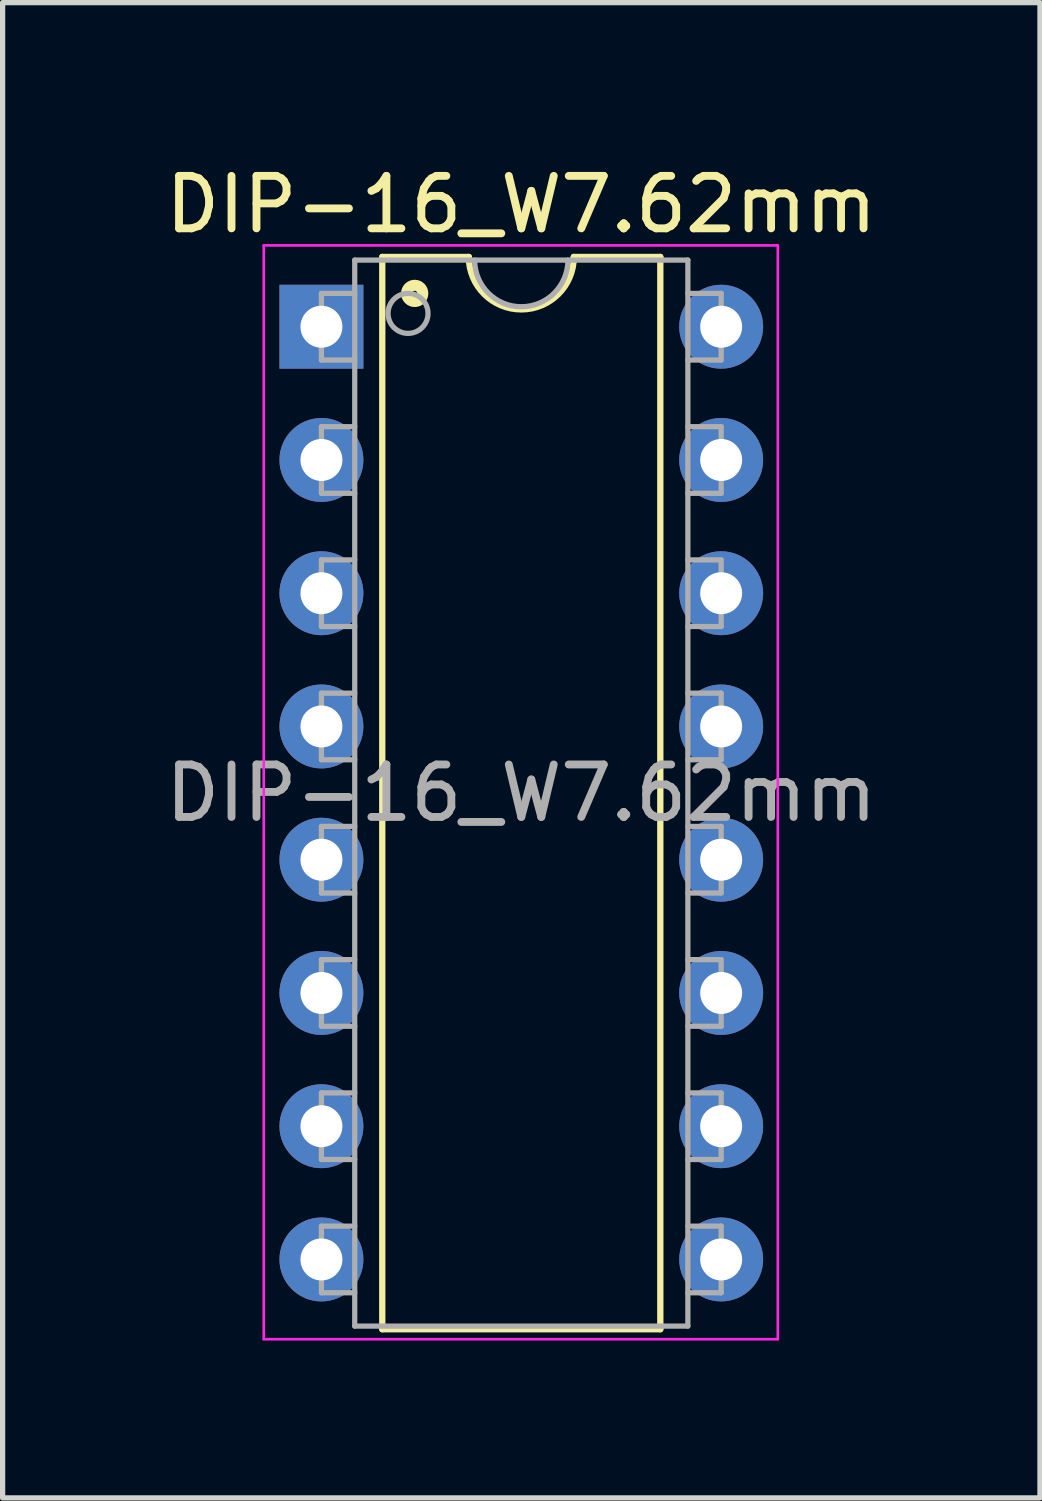
<source format=kicad_pcb>
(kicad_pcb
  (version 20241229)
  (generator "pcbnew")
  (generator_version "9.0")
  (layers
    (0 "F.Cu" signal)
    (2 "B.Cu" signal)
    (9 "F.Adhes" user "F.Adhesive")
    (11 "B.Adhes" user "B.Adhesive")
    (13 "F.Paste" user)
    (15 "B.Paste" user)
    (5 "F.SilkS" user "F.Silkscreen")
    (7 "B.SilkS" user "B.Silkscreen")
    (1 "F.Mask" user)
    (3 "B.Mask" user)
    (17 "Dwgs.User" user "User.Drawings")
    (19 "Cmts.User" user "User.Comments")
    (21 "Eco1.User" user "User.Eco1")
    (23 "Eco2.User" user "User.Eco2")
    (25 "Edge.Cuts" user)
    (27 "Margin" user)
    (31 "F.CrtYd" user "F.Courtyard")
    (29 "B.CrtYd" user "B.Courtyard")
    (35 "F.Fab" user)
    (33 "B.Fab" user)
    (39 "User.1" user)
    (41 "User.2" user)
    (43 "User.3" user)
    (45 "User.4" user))
  (footprint "DIP-16_W7.62mm"
    (layer "F.Cu")
    (at 3.077 3.178)
    (property "Reference" "DIP-16_W7.62mm" (at 3.81 -2.33 0) (layer "F.SilkS") (effects (font (size 1 1) (thickness 0.15))))
    (attr through_hole)
    (fp_line (start 1.16 -1.33) (end 1.16 19.11) (stroke (width 0.12) (type solid)) (layer "F.SilkS"))
    (fp_line (start 1.16 19.11) (end 6.46 19.11) (stroke (width 0.12) (type solid)) (layer "F.SilkS"))
    (fp_line (start 2.81 -1.33) (end 1.16 -1.33) (stroke (width 0.12) (type solid)) (layer "F.SilkS"))
    (fp_line (start 6.46 -1.33) (end 4.81 -1.33) (stroke (width 0.12) (type solid)) (layer "F.SilkS"))
    (fp_line (start 6.46 19.11) (end 6.46 -1.33) (stroke (width 0.12) (type solid)) (layer "F.SilkS"))
    (fp_arc (start 4.81 -1.33) (mid 3.81 -0.33) (end 2.81 -1.33) (stroke (width 0.12) (type solid)) (layer "F.SilkS"))
    (fp_circle (center 1.778 -0.635) (end 1.828 -0.635) (stroke (width 0.12) (type solid)) (fill no) (layer "F.SilkS"))
    (fp_circle (center 1.778 -0.635) (end 1.903 -0.635) (stroke (width 0.12) (type solid)) (fill no) (layer "F.SilkS"))
    (fp_circle (center 1.778 -0.635) (end 1.978 -0.635) (stroke (width 0.12) (type solid)) (fill no) (layer "F.SilkS"))
    (fp_line (start -1.1 -1.55) (end -1.1 19.3) (stroke (width 0.05) (type solid)) (layer "F.CrtYd"))
    (fp_line (start -1.1 19.3) (end 8.7 19.3) (stroke (width 0.05) (type solid)) (layer "F.CrtYd"))
    (fp_line (start 8.7 -1.55) (end -1.1 -1.55) (stroke (width 0.05) (type solid)) (layer "F.CrtYd"))
    (fp_line (start 8.7 19.3) (end 8.7 -1.55) (stroke (width 0.05) (type solid)) (layer "F.CrtYd"))
    (fp_line (start 0 -0.635) (end 0 0.635) (stroke (width 0.1) (type solid)) (layer "F.Fab"))
    (fp_line (start 0 -0.635) (end 0.635 -0.635) (stroke (width 0.1) (type solid)) (layer "F.Fab"))
    (fp_line (start 0 0.635) (end 0.635 0.635) (stroke (width 0.1) (type solid)) (layer "F.Fab"))
    (fp_line (start 0 1.905) (end 0 3.175) (stroke (width 0.1) (type solid)) (layer "F.Fab"))
    (fp_line (start 0 1.905) (end 0.635 1.905) (stroke (width 0.1) (type solid)) (layer "F.Fab"))
    (fp_line (start 0 3.175) (end 0.635 3.175) (stroke (width 0.1) (type solid)) (layer "F.Fab"))
    (fp_line (start 0 4.445) (end 0 5.715) (stroke (width 0.1) (type solid)) (layer "F.Fab"))
    (fp_line (start 0 4.445) (end 0.635 4.445) (stroke (width 0.1) (type solid)) (layer "F.Fab"))
    (fp_line (start 0 5.715) (end 0.635 5.715) (stroke (width 0.1) (type solid)) (layer "F.Fab"))
    (fp_line (start 0 6.985) (end 0 8.255) (stroke (width 0.1) (type solid)) (layer "F.Fab"))
    (fp_line (start 0 6.985) (end 0.635 6.985) (stroke (width 0.1) (type solid)) (layer "F.Fab"))
    (fp_line (start 0 8.255) (end 0.635 8.255) (stroke (width 0.1) (type solid)) (layer "F.Fab"))
    (fp_line (start 0 9.525) (end 0 10.795) (stroke (width 0.1) (type solid)) (layer "F.Fab"))
    (fp_line (start 0 9.525) (end 0.635 9.525) (stroke (width 0.1) (type solid)) (layer "F.Fab"))
    (fp_line (start 0 10.795) (end 0.635 10.795) (stroke (width 0.1) (type solid)) (layer "F.Fab"))
    (fp_line (start 0 12.065) (end 0 13.335) (stroke (width 0.1) (type solid)) (layer "F.Fab"))
    (fp_line (start 0 12.065) (end 0.635 12.065) (stroke (width 0.1) (type solid)) (layer "F.Fab"))
    (fp_line (start 0 13.335) (end 0.635 13.335) (stroke (width 0.1) (type solid)) (layer "F.Fab"))
    (fp_line (start 0 14.605) (end 0 15.875) (stroke (width 0.1) (type solid)) (layer "F.Fab"))
    (fp_line (start 0 14.605) (end 0.635 14.605) (stroke (width 0.1) (type solid)) (layer "F.Fab"))
    (fp_line (start 0 15.875) (end 0.635 15.875) (stroke (width 0.1) (type solid)) (layer "F.Fab"))
    (fp_line (start 0 17.145) (end 0 18.415) (stroke (width 0.1) (type solid)) (layer "F.Fab"))
    (fp_line (start 0 17.145) (end 0.635 17.145) (stroke (width 0.1) (type solid)) (layer "F.Fab"))
    (fp_line (start 0 18.415) (end 0.635 18.415) (stroke (width 0.1) (type solid)) (layer "F.Fab"))
    (fp_line (start 0.635 -1.27) (end 6.985 -1.27) (stroke (width 0.1) (type solid)) (layer "F.Fab"))
    (fp_line (start 0.635 19.05) (end 0.635 -1.27) (stroke (width 0.1) (type solid)) (layer "F.Fab"))
    (fp_line (start 6.985 -1.27) (end 6.985 19.05) (stroke (width 0.1) (type solid)) (layer "F.Fab"))
    (fp_line (start 6.985 19.05) (end 0.635 19.05) (stroke (width 0.1) (type solid)) (layer "F.Fab"))
    (fp_line (start 7.62 -0.635) (end 6.985 -0.635) (stroke (width 0.1) (type solid)) (layer "F.Fab"))
    (fp_line (start 7.62 0.635) (end 6.985 0.635) (stroke (width 0.1) (type solid)) (layer "F.Fab"))
    (fp_line (start 7.62 0.635) (end 7.62 -0.635) (stroke (width 0.1) (type solid)) (layer "F.Fab"))
    (fp_line (start 7.62 1.905) (end 6.985 1.905) (stroke (width 0.1) (type solid)) (layer "F.Fab"))
    (fp_line (start 7.62 3.175) (end 6.985 3.175) (stroke (width 0.1) (type solid)) (layer "F.Fab"))
    (fp_line (start 7.62 3.175) (end 7.62 1.905) (stroke (width 0.1) (type solid)) (layer "F.Fab"))
    (fp_line (start 7.62 4.445) (end 6.985 4.445) (stroke (width 0.1) (type solid)) (layer "F.Fab"))
    (fp_line (start 7.62 5.715) (end 6.985 5.715) (stroke (width 0.1) (type solid)) (layer "F.Fab"))
    (fp_line (start 7.62 5.715) (end 7.62 4.445) (stroke (width 0.1) (type solid)) (layer "F.Fab"))
    (fp_line (start 7.62 6.985) (end 6.985 6.985) (stroke (width 0.1) (type solid)) (layer "F.Fab"))
    (fp_line (start 7.62 8.255) (end 6.985 8.255) (stroke (width 0.1) (type solid)) (layer "F.Fab"))
    (fp_line (start 7.62 8.255) (end 7.62 6.985) (stroke (width 0.1) (type solid)) (layer "F.Fab"))
    (fp_line (start 7.62 9.525) (end 6.985 9.525) (stroke (width 0.1) (type solid)) (layer "F.Fab"))
    (fp_line (start 7.62 10.795) (end 6.985 10.795) (stroke (width 0.1) (type solid)) (layer "F.Fab"))
    (fp_line (start 7.62 10.795) (end 7.62 9.525) (stroke (width 0.1) (type solid)) (layer "F.Fab"))
    (fp_line (start 7.62 12.065) (end 6.985 12.065) (stroke (width 0.1) (type solid)) (layer "F.Fab"))
    (fp_line (start 7.62 13.335) (end 6.985 13.335) (stroke (width 0.1) (type solid)) (layer "F.Fab"))
    (fp_line (start 7.62 13.335) (end 7.62 12.065) (stroke (width 0.1) (type solid)) (layer "F.Fab"))
    (fp_line (start 7.62 14.605) (end 6.985 14.605) (stroke (width 0.1) (type solid)) (layer "F.Fab"))
    (fp_line (start 7.62 15.875) (end 6.985 15.875) (stroke (width 0.1) (type solid)) (layer "F.Fab"))
    (fp_line (start 7.62 15.875) (end 7.62 14.605) (stroke (width 0.1) (type solid)) (layer "F.Fab"))
    (fp_line (start 7.62 17.145) (end 6.985 17.145) (stroke (width 0.1) (type solid)) (layer "F.Fab"))
    (fp_line (start 7.62 18.415) (end 6.985 18.415) (stroke (width 0.1) (type solid)) (layer "F.Fab"))
    (fp_line (start 7.62 18.415) (end 7.62 17.145) (stroke (width 0.1) (type solid)) (layer "F.Fab"))
    (fp_arc (start 4.699 -1.27) (mid 3.81 -0.381) (end 2.921 -1.27) (stroke (width 0.1) (type solid)) (layer "F.Fab"))
    (fp_circle (center 1.651 -0.254) (end 2.032 -0.254) (stroke (width 0.1) (type solid)) (fill no) (layer "F.Fab"))
    (fp_text user "${REFERENCE}" (at 3.81 8.89 0) (layer "F.Fab") (effects (font (size 1 1) (thickness 0.15))))
    (pad "1" thru_hole rect (at 0 0) (size 1.6 1.6) (drill 0.8) (layers "*.Cu" "*.Mask"))
    (pad "2" thru_hole oval (at 0 2.54) (size 1.6 1.6) (drill 0.8) (layers "*.Cu" "*.Mask"))
    (pad "3" thru_hole oval (at 0 5.08) (size 1.6 1.6) (drill 0.8) (layers "*.Cu" "*.Mask"))
    (pad "4" thru_hole oval (at 0 7.62) (size 1.6 1.6) (drill 0.8) (layers "*.Cu" "*.Mask"))
    (pad "5" thru_hole oval (at 0 10.16) (size 1.6 1.6) (drill 0.8) (layers "*.Cu" "*.Mask"))
    (pad "6" thru_hole oval (at 0 12.7) (size 1.6 1.6) (drill 0.8) (layers "*.Cu" "*.Mask"))
    (pad "7" thru_hole oval (at 0 15.24) (size 1.6 1.6) (drill 0.8) (layers "*.Cu" "*.Mask"))
    (pad "8" thru_hole oval (at 0 17.78) (size 1.6 1.6) (drill 0.8) (layers "*.Cu" "*.Mask"))
    (pad "9" thru_hole oval (at 7.62 17.78) (size 1.6 1.6) (drill 0.8) (layers "*.Cu" "*.Mask"))
    (pad "10" thru_hole oval (at 7.62 15.24) (size 1.6 1.6) (drill 0.8) (layers "*.Cu" "*.Mask"))
    (pad "11" thru_hole oval (at 7.62 12.7) (size 1.6 1.6) (drill 0.8) (layers "*.Cu" "*.Mask"))
    (pad "12" thru_hole oval (at 7.62 10.16) (size 1.6 1.6) (drill 0.8) (layers "*.Cu" "*.Mask"))
    (pad "13" thru_hole oval (at 7.62 7.62) (size 1.6 1.6) (drill 0.8) (layers "*.Cu" "*.Mask"))
    (pad "14" thru_hole oval (at 7.62 5.08) (size 1.6 1.6) (drill 0.8) (layers "*.Cu" "*.Mask"))
    (pad "15" thru_hole oval (at 7.62 2.54) (size 1.6 1.6) (drill 0.8) (layers "*.Cu" "*.Mask"))
    (pad "16" thru_hole oval (at 7.62 0) (size 1.6 1.6) (drill 0.8) (layers "*.Cu" "*.Mask")))
  (gr_rect
    (start -3 -3)
    (end 16.774 25.503)
    (stroke (width 0.1) (type default))
    (fill no)
    (layer "Edge.Cuts")))
</source>
